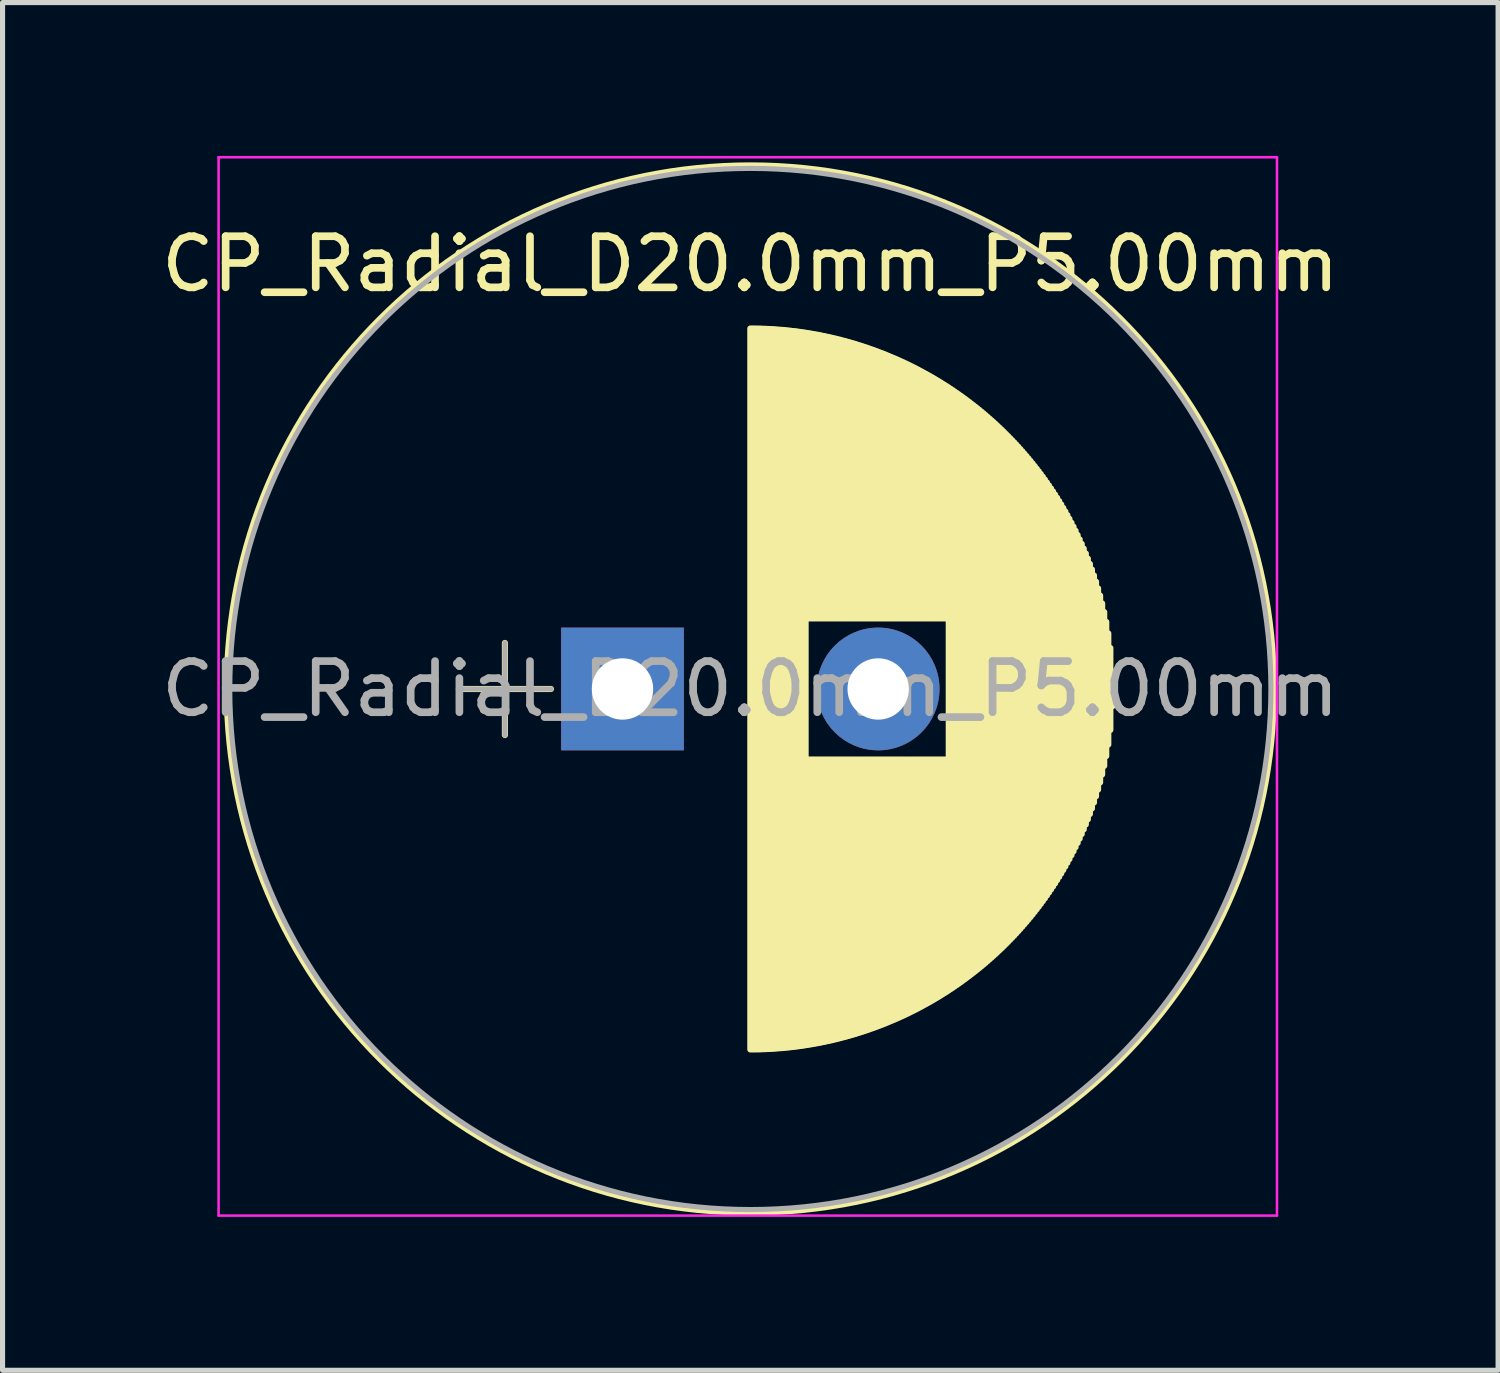
<source format=kicad_pcb>
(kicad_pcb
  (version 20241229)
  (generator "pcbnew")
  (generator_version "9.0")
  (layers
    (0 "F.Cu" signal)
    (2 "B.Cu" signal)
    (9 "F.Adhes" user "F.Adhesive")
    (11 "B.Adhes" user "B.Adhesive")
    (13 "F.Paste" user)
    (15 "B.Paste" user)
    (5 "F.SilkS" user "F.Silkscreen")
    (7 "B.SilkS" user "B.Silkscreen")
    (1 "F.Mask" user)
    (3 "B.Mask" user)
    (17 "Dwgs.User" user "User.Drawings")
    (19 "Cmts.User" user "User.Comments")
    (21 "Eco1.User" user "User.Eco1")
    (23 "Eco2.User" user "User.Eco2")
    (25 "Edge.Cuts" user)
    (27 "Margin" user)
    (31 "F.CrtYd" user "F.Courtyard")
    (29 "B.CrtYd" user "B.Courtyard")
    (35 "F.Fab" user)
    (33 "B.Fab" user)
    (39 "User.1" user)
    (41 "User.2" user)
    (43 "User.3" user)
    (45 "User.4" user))
  (footprint "CP_Radial_D20.0mm_P5.00mm"
    (layer "F.Cu")
    (at 9.125 10.425)
    (property "Reference" "CP_Radial_D20.0mm_P5.00mm" (at 2.5 -8.31 0) (layer "F.SilkS") (effects (font (size 1 1) (thickness 0.15))))
    (attr through_hole)
    (fp_line (start -3.2 0) (end -1.4 0) (stroke (width 0.12) (type solid)) (layer "F.SilkS"))
    (fp_line (start -2.3 -0.9) (end -2.3 0.9) (stroke (width 0.12) (type solid)) (layer "F.SilkS"))
    (fp_line (start 2.5 -7.05) (end 2.5 7.05) (stroke (width 0.12) (type solid)) (layer "F.SilkS"))
    (fp_line (start 2.54 -7.05) (end 2.54 7.05) (stroke (width 0.12) (type solid)) (layer "F.SilkS"))
    (fp_line (start 2.58 -7.05) (end 2.58 7.05) (stroke (width 0.12) (type solid)) (layer "F.SilkS"))
    (fp_line (start 2.62 -7.049) (end 2.62 7.049) (stroke (width 0.12) (type solid)) (layer "F.SilkS"))
    (fp_line (start 2.66 -7.049) (end 2.66 7.049) (stroke (width 0.12) (type solid)) (layer "F.SilkS"))
    (fp_line (start 2.7 -7.048) (end 2.7 7.048) (stroke (width 0.12) (type solid)) (layer "F.SilkS"))
    (fp_line (start 2.74 -7.046) (end 2.74 7.046) (stroke (width 0.12) (type solid)) (layer "F.SilkS"))
    (fp_line (start 2.78 -7.045) (end 2.78 7.045) (stroke (width 0.12) (type solid)) (layer "F.SilkS"))
    (fp_line (start 2.82 -7.043) (end 2.82 7.043) (stroke (width 0.12) (type solid)) (layer "F.SilkS"))
    (fp_line (start 2.86 -7.041) (end 2.86 7.041) (stroke (width 0.12) (type solid)) (layer "F.SilkS"))
    (fp_line (start 2.9 -7.039) (end 2.9 7.039) (stroke (width 0.12) (type solid)) (layer "F.SilkS"))
    (fp_line (start 2.94 -7.037) (end 2.94 7.037) (stroke (width 0.12) (type solid)) (layer "F.SilkS"))
    (fp_line (start 2.98 -7.034) (end 2.98 7.034) (stroke (width 0.12) (type solid)) (layer "F.SilkS"))
    (fp_line (start 3.02 -7.031) (end 3.02 7.031) (stroke (width 0.12) (type solid)) (layer "F.SilkS"))
    (fp_line (start 3.06 -7.028) (end 3.06 7.028) (stroke (width 0.12) (type solid)) (layer "F.SilkS"))
    (fp_line (start 3.1 -7.025) (end 3.1 7.025) (stroke (width 0.12) (type solid)) (layer "F.SilkS"))
    (fp_line (start 3.14 -7.022) (end 3.14 7.022) (stroke (width 0.12) (type solid)) (layer "F.SilkS"))
    (fp_line (start 3.18 -7.018) (end 3.18 7.018) (stroke (width 0.12) (type solid)) (layer "F.SilkS"))
    (fp_line (start 3.221 -7.014) (end 3.221 7.014) (stroke (width 0.12) (type solid)) (layer "F.SilkS"))
    (fp_line (start 3.261 -7.01) (end 3.261 7.01) (stroke (width 0.12) (type solid)) (layer "F.SilkS"))
    (fp_line (start 3.301 -7.005) (end 3.301 7.005) (stroke (width 0.12) (type solid)) (layer "F.SilkS"))
    (fp_line (start 3.341 -7.001) (end 3.341 7.001) (stroke (width 0.12) (type solid)) (layer "F.SilkS"))
    (fp_line (start 3.381 -6.996) (end 3.381 6.996) (stroke (width 0.12) (type solid)) (layer "F.SilkS"))
    (fp_line (start 3.421 -6.991) (end 3.421 6.991) (stroke (width 0.12) (type solid)) (layer "F.SilkS"))
    (fp_line (start 3.461 -6.985) (end 3.461 6.985) (stroke (width 0.12) (type solid)) (layer "F.SilkS"))
    (fp_line (start 3.501 -6.98) (end 3.501 6.98) (stroke (width 0.12) (type solid)) (layer "F.SilkS"))
    (fp_line (start 3.541 -6.974) (end 3.541 6.974) (stroke (width 0.12) (type solid)) (layer "F.SilkS"))
    (fp_line (start 3.581 -6.968) (end 3.581 6.968) (stroke (width 0.12) (type solid)) (layer "F.SilkS"))
    (fp_line (start 3.621 -6.961) (end 3.621 -1.38) (stroke (width 0.12) (type solid)) (layer "F.SilkS"))
    (fp_line (start 3.621 1.38) (end 3.621 6.961) (stroke (width 0.12) (type solid)) (layer "F.SilkS"))
    (fp_line (start 3.661 -6.955) (end 3.661 -1.38) (stroke (width 0.12) (type solid)) (layer "F.SilkS"))
    (fp_line (start 3.661 1.38) (end 3.661 6.955) (stroke (width 0.12) (type solid)) (layer "F.SilkS"))
    (fp_line (start 3.701 -6.948) (end 3.701 -1.38) (stroke (width 0.12) (type solid)) (layer "F.SilkS"))
    (fp_line (start 3.701 1.38) (end 3.701 6.948) (stroke (width 0.12) (type solid)) (layer "F.SilkS"))
    (fp_line (start 3.741 -6.941) (end 3.741 -1.38) (stroke (width 0.12) (type solid)) (layer "F.SilkS"))
    (fp_line (start 3.741 1.38) (end 3.741 6.941) (stroke (width 0.12) (type solid)) (layer "F.SilkS"))
    (fp_line (start 3.781 -6.934) (end 3.781 -1.38) (stroke (width 0.12) (type solid)) (layer "F.SilkS"))
    (fp_line (start 3.781 1.38) (end 3.781 6.934) (stroke (width 0.12) (type solid)) (layer "F.SilkS"))
    (fp_line (start 3.821 -6.927) (end 3.821 -1.38) (stroke (width 0.12) (type solid)) (layer "F.SilkS"))
    (fp_line (start 3.821 1.38) (end 3.821 6.927) (stroke (width 0.12) (type solid)) (layer "F.SilkS"))
    (fp_line (start 3.861 -6.919) (end 3.861 -1.38) (stroke (width 0.12) (type solid)) (layer "F.SilkS"))
    (fp_line (start 3.861 1.38) (end 3.861 6.919) (stroke (width 0.12) (type solid)) (layer "F.SilkS"))
    (fp_line (start 3.901 -6.911) (end 3.901 -1.38) (stroke (width 0.12) (type solid)) (layer "F.SilkS"))
    (fp_line (start 3.901 1.38) (end 3.901 6.911) (stroke (width 0.12) (type solid)) (layer "F.SilkS"))
    (fp_line (start 3.941 -6.903) (end 3.941 -1.38) (stroke (width 0.12) (type solid)) (layer "F.SilkS"))
    (fp_line (start 3.941 1.38) (end 3.941 6.903) (stroke (width 0.12) (type solid)) (layer "F.SilkS"))
    (fp_line (start 3.981 -6.894) (end 3.981 -1.38) (stroke (width 0.12) (type solid)) (layer "F.SilkS"))
    (fp_line (start 3.981 1.38) (end 3.981 6.894) (stroke (width 0.12) (type solid)) (layer "F.SilkS"))
    (fp_line (start 4.021 -6.886) (end 4.021 -1.38) (stroke (width 0.12) (type solid)) (layer "F.SilkS"))
    (fp_line (start 4.021 1.38) (end 4.021 6.886) (stroke (width 0.12) (type solid)) (layer "F.SilkS"))
    (fp_line (start 4.061 -6.877) (end 4.061 -1.38) (stroke (width 0.12) (type solid)) (layer "F.SilkS"))
    (fp_line (start 4.061 1.38) (end 4.061 6.877) (stroke (width 0.12) (type solid)) (layer "F.SilkS"))
    (fp_line (start 4.101 -6.868) (end 4.101 -1.38) (stroke (width 0.12) (type solid)) (layer "F.SilkS"))
    (fp_line (start 4.101 1.38) (end 4.101 6.868) (stroke (width 0.12) (type solid)) (layer "F.SilkS"))
    (fp_line (start 4.141 -6.858) (end 4.141 -1.38) (stroke (width 0.12) (type solid)) (layer "F.SilkS"))
    (fp_line (start 4.141 1.38) (end 4.141 6.858) (stroke (width 0.12) (type solid)) (layer "F.SilkS"))
    (fp_line (start 4.181 -6.849) (end 4.181 -1.38) (stroke (width 0.12) (type solid)) (layer "F.SilkS"))
    (fp_line (start 4.181 1.38) (end 4.181 6.849) (stroke (width 0.12) (type solid)) (layer "F.SilkS"))
    (fp_line (start 4.221 -6.839) (end 4.221 -1.38) (stroke (width 0.12) (type solid)) (layer "F.SilkS"))
    (fp_line (start 4.221 1.38) (end 4.221 6.839) (stroke (width 0.12) (type solid)) (layer "F.SilkS"))
    (fp_line (start 4.261 -6.829) (end 4.261 -1.38) (stroke (width 0.12) (type solid)) (layer "F.SilkS"))
    (fp_line (start 4.261 1.38) (end 4.261 6.829) (stroke (width 0.12) (type solid)) (layer "F.SilkS"))
    (fp_line (start 4.301 -6.818) (end 4.301 -1.38) (stroke (width 0.12) (type solid)) (layer "F.SilkS"))
    (fp_line (start 4.301 1.38) (end 4.301 6.818) (stroke (width 0.12) (type solid)) (layer "F.SilkS"))
    (fp_line (start 4.341 -6.808) (end 4.341 -1.38) (stroke (width 0.12) (type solid)) (layer "F.SilkS"))
    (fp_line (start 4.341 1.38) (end 4.341 6.808) (stroke (width 0.12) (type solid)) (layer "F.SilkS"))
    (fp_line (start 4.381 -6.797) (end 4.381 -1.38) (stroke (width 0.12) (type solid)) (layer "F.SilkS"))
    (fp_line (start 4.381 1.38) (end 4.381 6.797) (stroke (width 0.12) (type solid)) (layer "F.SilkS"))
    (fp_line (start 4.421 -6.786) (end 4.421 -1.38) (stroke (width 0.12) (type solid)) (layer "F.SilkS"))
    (fp_line (start 4.421 1.38) (end 4.421 6.786) (stroke (width 0.12) (type solid)) (layer "F.SilkS"))
    (fp_line (start 4.461 -6.774) (end 4.461 -1.38) (stroke (width 0.12) (type solid)) (layer "F.SilkS"))
    (fp_line (start 4.461 1.38) (end 4.461 6.774) (stroke (width 0.12) (type solid)) (layer "F.SilkS"))
    (fp_line (start 4.501 -6.763) (end 4.501 -1.38) (stroke (width 0.12) (type solid)) (layer "F.SilkS"))
    (fp_line (start 4.501 1.38) (end 4.501 6.763) (stroke (width 0.12) (type solid)) (layer "F.SilkS"))
    (fp_line (start 4.541 -6.751) (end 4.541 -1.38) (stroke (width 0.12) (type solid)) (layer "F.SilkS"))
    (fp_line (start 4.541 1.38) (end 4.541 6.751) (stroke (width 0.12) (type solid)) (layer "F.SilkS"))
    (fp_line (start 4.581 -6.739) (end 4.581 -1.38) (stroke (width 0.12) (type solid)) (layer "F.SilkS"))
    (fp_line (start 4.581 1.38) (end 4.581 6.739) (stroke (width 0.12) (type solid)) (layer "F.SilkS"))
    (fp_line (start 4.621 -6.726) (end 4.621 -1.38) (stroke (width 0.12) (type solid)) (layer "F.SilkS"))
    (fp_line (start 4.621 1.38) (end 4.621 6.726) (stroke (width 0.12) (type solid)) (layer "F.SilkS"))
    (fp_line (start 4.661 -6.713) (end 4.661 -1.38) (stroke (width 0.12) (type solid)) (layer "F.SilkS"))
    (fp_line (start 4.661 1.38) (end 4.661 6.713) (stroke (width 0.12) (type solid)) (layer "F.SilkS"))
    (fp_line (start 4.701 -6.701) (end 4.701 -1.38) (stroke (width 0.12) (type solid)) (layer "F.SilkS"))
    (fp_line (start 4.701 1.38) (end 4.701 6.701) (stroke (width 0.12) (type solid)) (layer "F.SilkS"))
    (fp_line (start 4.741 -6.687) (end 4.741 -1.38) (stroke (width 0.12) (type solid)) (layer "F.SilkS"))
    (fp_line (start 4.741 1.38) (end 4.741 6.687) (stroke (width 0.12) (type solid)) (layer "F.SilkS"))
    (fp_line (start 4.781 -6.674) (end 4.781 -1.38) (stroke (width 0.12) (type solid)) (layer "F.SilkS"))
    (fp_line (start 4.781 1.38) (end 4.781 6.674) (stroke (width 0.12) (type solid)) (layer "F.SilkS"))
    (fp_line (start 4.821 -6.66) (end 4.821 -1.38) (stroke (width 0.12) (type solid)) (layer "F.SilkS"))
    (fp_line (start 4.821 1.38) (end 4.821 6.66) (stroke (width 0.12) (type solid)) (layer "F.SilkS"))
    (fp_line (start 4.861 -6.646) (end 4.861 -1.38) (stroke (width 0.12) (type solid)) (layer "F.SilkS"))
    (fp_line (start 4.861 1.38) (end 4.861 6.646) (stroke (width 0.12) (type solid)) (layer "F.SilkS"))
    (fp_line (start 4.901 -6.632) (end 4.901 -1.38) (stroke (width 0.12) (type solid)) (layer "F.SilkS"))
    (fp_line (start 4.901 1.38) (end 4.901 6.632) (stroke (width 0.12) (type solid)) (layer "F.SilkS"))
    (fp_line (start 4.941 -6.617) (end 4.941 -1.38) (stroke (width 0.12) (type solid)) (layer "F.SilkS"))
    (fp_line (start 4.941 1.38) (end 4.941 6.617) (stroke (width 0.12) (type solid)) (layer "F.SilkS"))
    (fp_line (start 4.981 -6.603) (end 4.981 -1.38) (stroke (width 0.12) (type solid)) (layer "F.SilkS"))
    (fp_line (start 4.981 1.38) (end 4.981 6.603) (stroke (width 0.12) (type solid)) (layer "F.SilkS"))
    (fp_line (start 5.021 -6.588) (end 5.021 -1.38) (stroke (width 0.12) (type solid)) (layer "F.SilkS"))
    (fp_line (start 5.021 1.38) (end 5.021 6.588) (stroke (width 0.12) (type solid)) (layer "F.SilkS"))
    (fp_line (start 5.061 -6.572) (end 5.061 -1.38) (stroke (width 0.12) (type solid)) (layer "F.SilkS"))
    (fp_line (start 5.061 1.38) (end 5.061 6.572) (stroke (width 0.12) (type solid)) (layer "F.SilkS"))
    (fp_line (start 5.101 -6.557) (end 5.101 -1.38) (stroke (width 0.12) (type solid)) (layer "F.SilkS"))
    (fp_line (start 5.101 1.38) (end 5.101 6.557) (stroke (width 0.12) (type solid)) (layer "F.SilkS"))
    (fp_line (start 5.141 -6.541) (end 5.141 -1.38) (stroke (width 0.12) (type solid)) (layer "F.SilkS"))
    (fp_line (start 5.141 1.38) (end 5.141 6.541) (stroke (width 0.12) (type solid)) (layer "F.SilkS"))
    (fp_line (start 5.181 -6.524) (end 5.181 -1.38) (stroke (width 0.12) (type solid)) (layer "F.SilkS"))
    (fp_line (start 5.181 1.38) (end 5.181 6.524) (stroke (width 0.12) (type solid)) (layer "F.SilkS"))
    (fp_line (start 5.221 -6.508) (end 5.221 -1.38) (stroke (width 0.12) (type solid)) (layer "F.SilkS"))
    (fp_line (start 5.221 1.38) (end 5.221 6.508) (stroke (width 0.12) (type solid)) (layer "F.SilkS"))
    (fp_line (start 5.261 -6.491) (end 5.261 -1.38) (stroke (width 0.12) (type solid)) (layer "F.SilkS"))
    (fp_line (start 5.261 1.38) (end 5.261 6.491) (stroke (width 0.12) (type solid)) (layer "F.SilkS"))
    (fp_line (start 5.301 -6.474) (end 5.301 -1.38) (stroke (width 0.12) (type solid)) (layer "F.SilkS"))
    (fp_line (start 5.301 1.38) (end 5.301 6.474) (stroke (width 0.12) (type solid)) (layer "F.SilkS"))
    (fp_line (start 5.341 -6.457) (end 5.341 -1.38) (stroke (width 0.12) (type solid)) (layer "F.SilkS"))
    (fp_line (start 5.341 1.38) (end 5.341 6.457) (stroke (width 0.12) (type solid)) (layer "F.SilkS"))
    (fp_line (start 5.381 -6.439) (end 5.381 -1.38) (stroke (width 0.12) (type solid)) (layer "F.SilkS"))
    (fp_line (start 5.381 1.38) (end 5.381 6.439) (stroke (width 0.12) (type solid)) (layer "F.SilkS"))
    (fp_line (start 5.421 -6.421) (end 5.421 -1.38) (stroke (width 0.12) (type solid)) (layer "F.SilkS"))
    (fp_line (start 5.421 1.38) (end 5.421 6.421) (stroke (width 0.12) (type solid)) (layer "F.SilkS"))
    (fp_line (start 5.461 -6.403) (end 5.461 -1.38) (stroke (width 0.12) (type solid)) (layer "F.SilkS"))
    (fp_line (start 5.461 1.38) (end 5.461 6.403) (stroke (width 0.12) (type solid)) (layer "F.SilkS"))
    (fp_line (start 5.501 -6.385) (end 5.501 -1.38) (stroke (width 0.12) (type solid)) (layer "F.SilkS"))
    (fp_line (start 5.501 1.38) (end 5.501 6.385) (stroke (width 0.12) (type solid)) (layer "F.SilkS"))
    (fp_line (start 5.541 -6.366) (end 5.541 -1.38) (stroke (width 0.12) (type solid)) (layer "F.SilkS"))
    (fp_line (start 5.541 1.38) (end 5.541 6.366) (stroke (width 0.12) (type solid)) (layer "F.SilkS"))
    (fp_line (start 5.581 -6.347) (end 5.581 -1.38) (stroke (width 0.12) (type solid)) (layer "F.SilkS"))
    (fp_line (start 5.581 1.38) (end 5.581 6.347) (stroke (width 0.12) (type solid)) (layer "F.SilkS"))
    (fp_line (start 5.621 -6.327) (end 5.621 -1.38) (stroke (width 0.12) (type solid)) (layer "F.SilkS"))
    (fp_line (start 5.621 1.38) (end 5.621 6.327) (stroke (width 0.12) (type solid)) (layer "F.SilkS"))
    (fp_line (start 5.661 -6.307) (end 5.661 -1.38) (stroke (width 0.12) (type solid)) (layer "F.SilkS"))
    (fp_line (start 5.661 1.38) (end 5.661 6.307) (stroke (width 0.12) (type solid)) (layer "F.SilkS"))
    (fp_line (start 5.701 -6.287) (end 5.701 -1.38) (stroke (width 0.12) (type solid)) (layer "F.SilkS"))
    (fp_line (start 5.701 1.38) (end 5.701 6.287) (stroke (width 0.12) (type solid)) (layer "F.SilkS"))
    (fp_line (start 5.741 -6.267) (end 5.741 -1.38) (stroke (width 0.12) (type solid)) (layer "F.SilkS"))
    (fp_line (start 5.741 1.38) (end 5.741 6.267) (stroke (width 0.12) (type solid)) (layer "F.SilkS"))
    (fp_line (start 5.781 -6.246) (end 5.781 -1.38) (stroke (width 0.12) (type solid)) (layer "F.SilkS"))
    (fp_line (start 5.781 1.38) (end 5.781 6.246) (stroke (width 0.12) (type solid)) (layer "F.SilkS"))
    (fp_line (start 5.821 -6.225) (end 5.821 -1.38) (stroke (width 0.12) (type solid)) (layer "F.SilkS"))
    (fp_line (start 5.821 1.38) (end 5.821 6.225) (stroke (width 0.12) (type solid)) (layer "F.SilkS"))
    (fp_line (start 5.861 -6.204) (end 5.861 -1.38) (stroke (width 0.12) (type solid)) (layer "F.SilkS"))
    (fp_line (start 5.861 1.38) (end 5.861 6.204) (stroke (width 0.12) (type solid)) (layer "F.SilkS"))
    (fp_line (start 5.901 -6.182) (end 5.901 -1.38) (stroke (width 0.12) (type solid)) (layer "F.SilkS"))
    (fp_line (start 5.901 1.38) (end 5.901 6.182) (stroke (width 0.12) (type solid)) (layer "F.SilkS"))
    (fp_line (start 5.941 -6.16) (end 5.941 -1.38) (stroke (width 0.12) (type solid)) (layer "F.SilkS"))
    (fp_line (start 5.941 1.38) (end 5.941 6.16) (stroke (width 0.12) (type solid)) (layer "F.SilkS"))
    (fp_line (start 5.981 -6.138) (end 5.981 -1.38) (stroke (width 0.12) (type solid)) (layer "F.SilkS"))
    (fp_line (start 5.981 1.38) (end 5.981 6.138) (stroke (width 0.12) (type solid)) (layer "F.SilkS"))
    (fp_line (start 6.021 -6.115) (end 6.021 -1.38) (stroke (width 0.12) (type solid)) (layer "F.SilkS"))
    (fp_line (start 6.021 1.38) (end 6.021 6.115) (stroke (width 0.12) (type solid)) (layer "F.SilkS"))
    (fp_line (start 6.061 -6.092) (end 6.061 -1.38) (stroke (width 0.12) (type solid)) (layer "F.SilkS"))
    (fp_line (start 6.061 1.38) (end 6.061 6.092) (stroke (width 0.12) (type solid)) (layer "F.SilkS"))
    (fp_line (start 6.101 -6.069) (end 6.101 -1.38) (stroke (width 0.12) (type solid)) (layer "F.SilkS"))
    (fp_line (start 6.101 1.38) (end 6.101 6.069) (stroke (width 0.12) (type solid)) (layer "F.SilkS"))
    (fp_line (start 6.141 -6.045) (end 6.141 -1.38) (stroke (width 0.12) (type solid)) (layer "F.SilkS"))
    (fp_line (start 6.141 1.38) (end 6.141 6.045) (stroke (width 0.12) (type solid)) (layer "F.SilkS"))
    (fp_line (start 6.181 -6.021) (end 6.181 -1.38) (stroke (width 0.12) (type solid)) (layer "F.SilkS"))
    (fp_line (start 6.181 1.38) (end 6.181 6.021) (stroke (width 0.12) (type solid)) (layer "F.SilkS"))
    (fp_line (start 6.221 -5.996) (end 6.221 -1.38) (stroke (width 0.12) (type solid)) (layer "F.SilkS"))
    (fp_line (start 6.221 1.38) (end 6.221 5.996) (stroke (width 0.12) (type solid)) (layer "F.SilkS"))
    (fp_line (start 6.261 -5.971) (end 6.261 -1.38) (stroke (width 0.12) (type solid)) (layer "F.SilkS"))
    (fp_line (start 6.261 1.38) (end 6.261 5.971) (stroke (width 0.12) (type solid)) (layer "F.SilkS"))
    (fp_line (start 6.301 -5.946) (end 6.301 -1.38) (stroke (width 0.12) (type solid)) (layer "F.SilkS"))
    (fp_line (start 6.301 1.38) (end 6.301 5.946) (stroke (width 0.12) (type solid)) (layer "F.SilkS"))
    (fp_line (start 6.341 -5.921) (end 6.341 -1.38) (stroke (width 0.12) (type solid)) (layer "F.SilkS"))
    (fp_line (start 6.341 1.38) (end 6.341 5.921) (stroke (width 0.12) (type solid)) (layer "F.SilkS"))
    (fp_line (start 6.381 -5.895) (end 6.381 5.895) (stroke (width 0.12) (type solid)) (layer "F.SilkS"))
    (fp_line (start 6.421 -5.868) (end 6.421 5.868) (stroke (width 0.12) (type solid)) (layer "F.SilkS"))
    (fp_line (start 6.461 -5.842) (end 6.461 5.842) (stroke (width 0.12) (type solid)) (layer "F.SilkS"))
    (fp_line (start 6.501 -5.814) (end 6.501 5.814) (stroke (width 0.12) (type solid)) (layer "F.SilkS"))
    (fp_line (start 6.541 -5.787) (end 6.541 5.787) (stroke (width 0.12) (type solid)) (layer "F.SilkS"))
    (fp_line (start 6.581 -5.759) (end 6.581 5.759) (stroke (width 0.12) (type solid)) (layer "F.SilkS"))
    (fp_line (start 6.621 -5.731) (end 6.621 5.731) (stroke (width 0.12) (type solid)) (layer "F.SilkS"))
    (fp_line (start 6.661 -5.702) (end 6.661 5.702) (stroke (width 0.12) (type solid)) (layer "F.SilkS"))
    (fp_line (start 6.701 -5.673) (end 6.701 5.673) (stroke (width 0.12) (type solid)) (layer "F.SilkS"))
    (fp_line (start 6.741 -5.643) (end 6.741 5.643) (stroke (width 0.12) (type solid)) (layer "F.SilkS"))
    (fp_line (start 6.781 -5.613) (end 6.781 5.613) (stroke (width 0.12) (type solid)) (layer "F.SilkS"))
    (fp_line (start 6.821 -5.582) (end 6.821 5.582) (stroke (width 0.12) (type solid)) (layer "F.SilkS"))
    (fp_line (start 6.861 -5.551) (end 6.861 5.551) (stroke (width 0.12) (type solid)) (layer "F.SilkS"))
    (fp_line (start 6.901 -5.52) (end 6.901 5.52) (stroke (width 0.12) (type solid)) (layer "F.SilkS"))
    (fp_line (start 6.941 -5.488) (end 6.941 5.488) (stroke (width 0.12) (type solid)) (layer "F.SilkS"))
    (fp_line (start 6.981 -5.456) (end 6.981 5.456) (stroke (width 0.12) (type solid)) (layer "F.SilkS"))
    (fp_line (start 7.021 -5.423) (end 7.021 5.423) (stroke (width 0.12) (type solid)) (layer "F.SilkS"))
    (fp_line (start 7.061 -5.39) (end 7.061 5.39) (stroke (width 0.12) (type solid)) (layer "F.SilkS"))
    (fp_line (start 7.101 -5.356) (end 7.101 5.356) (stroke (width 0.12) (type solid)) (layer "F.SilkS"))
    (fp_line (start 7.141 -5.321) (end 7.141 5.321) (stroke (width 0.12) (type solid)) (layer "F.SilkS"))
    (fp_line (start 7.181 -5.286) (end 7.181 5.286) (stroke (width 0.12) (type solid)) (layer "F.SilkS"))
    (fp_line (start 7.221 -5.251) (end 7.221 5.251) (stroke (width 0.12) (type solid)) (layer "F.SilkS"))
    (fp_line (start 7.261 -5.215) (end 7.261 5.215) (stroke (width 0.12) (type solid)) (layer "F.SilkS"))
    (fp_line (start 7.301 -5.179) (end 7.301 5.179) (stroke (width 0.12) (type solid)) (layer "F.SilkS"))
    (fp_line (start 7.341 -5.141) (end 7.341 5.141) (stroke (width 0.12) (type solid)) (layer "F.SilkS"))
    (fp_line (start 7.381 -5.104) (end 7.381 5.104) (stroke (width 0.12) (type solid)) (layer "F.SilkS"))
    (fp_line (start 7.421 -5.066) (end 7.421 5.066) (stroke (width 0.12) (type solid)) (layer "F.SilkS"))
    (fp_line (start 7.461 -5.027) (end 7.461 5.027) (stroke (width 0.12) (type solid)) (layer "F.SilkS"))
    (fp_line (start 7.501 -4.987) (end 7.501 4.987) (stroke (width 0.12) (type solid)) (layer "F.SilkS"))
    (fp_line (start 7.541 -4.947) (end 7.541 4.947) (stroke (width 0.12) (type solid)) (layer "F.SilkS"))
    (fp_line (start 7.581 -4.906) (end 7.581 4.906) (stroke (width 0.12) (type solid)) (layer "F.SilkS"))
    (fp_line (start 7.621 -4.865) (end 7.621 4.865) (stroke (width 0.12) (type solid)) (layer "F.SilkS"))
    (fp_line (start 7.661 -4.823) (end 7.661 4.823) (stroke (width 0.12) (type solid)) (layer "F.SilkS"))
    (fp_line (start 7.701 -4.78) (end 7.701 4.78) (stroke (width 0.12) (type solid)) (layer "F.SilkS"))
    (fp_line (start 7.741 -4.737) (end 7.741 4.737) (stroke (width 0.12) (type solid)) (layer "F.SilkS"))
    (fp_line (start 7.781 -4.692) (end 7.781 4.692) (stroke (width 0.12) (type solid)) (layer "F.SilkS"))
    (fp_line (start 7.821 -4.647) (end 7.821 4.647) (stroke (width 0.12) (type solid)) (layer "F.SilkS"))
    (fp_line (start 7.861 -4.601) (end 7.861 4.601) (stroke (width 0.12) (type solid)) (layer "F.SilkS"))
    (fp_line (start 7.901 -4.555) (end 7.901 4.555) (stroke (width 0.12) (type solid)) (layer "F.SilkS"))
    (fp_line (start 7.941 -4.507) (end 7.941 4.507) (stroke (width 0.12) (type solid)) (layer "F.SilkS"))
    (fp_line (start 7.981 -4.459) (end 7.981 4.459) (stroke (width 0.12) (type solid)) (layer "F.SilkS"))
    (fp_line (start 8.021 -4.41) (end 8.021 4.41) (stroke (width 0.12) (type solid)) (layer "F.SilkS"))
    (fp_line (start 8.061 -4.36) (end 8.061 4.36) (stroke (width 0.12) (type solid)) (layer "F.SilkS"))
    (fp_line (start 8.101 -4.309) (end 8.101 4.309) (stroke (width 0.12) (type solid)) (layer "F.SilkS"))
    (fp_line (start 8.141 -4.257) (end 8.141 4.257) (stroke (width 0.12) (type solid)) (layer "F.SilkS"))
    (fp_line (start 8.181 -4.204) (end 8.181 4.204) (stroke (width 0.12) (type solid)) (layer "F.SilkS"))
    (fp_line (start 8.221 -4.15) (end 8.221 4.15) (stroke (width 0.12) (type solid)) (layer "F.SilkS"))
    (fp_line (start 8.261 -4.095) (end 8.261 4.095) (stroke (width 0.12) (type solid)) (layer "F.SilkS"))
    (fp_line (start 8.301 -4.038) (end 8.301 4.038) (stroke (width 0.12) (type solid)) (layer "F.SilkS"))
    (fp_line (start 8.341 -3.981) (end 8.341 3.981) (stroke (width 0.12) (type solid)) (layer "F.SilkS"))
    (fp_line (start 8.381 -3.922) (end 8.381 3.922) (stroke (width 0.12) (type solid)) (layer "F.SilkS"))
    (fp_line (start 8.421 -3.862) (end 8.421 3.862) (stroke (width 0.12) (type solid)) (layer "F.SilkS"))
    (fp_line (start 8.461 -3.801) (end 8.461 3.801) (stroke (width 0.12) (type solid)) (layer "F.SilkS"))
    (fp_line (start 8.501 -3.738) (end 8.501 3.738) (stroke (width 0.12) (type solid)) (layer "F.SilkS"))
    (fp_line (start 8.541 -3.674) (end 8.541 3.674) (stroke (width 0.12) (type solid)) (layer "F.SilkS"))
    (fp_line (start 8.581 -3.608) (end 8.581 3.608) (stroke (width 0.12) (type solid)) (layer "F.SilkS"))
    (fp_line (start 8.621 -3.54) (end 8.621 3.54) (stroke (width 0.12) (type solid)) (layer "F.SilkS"))
    (fp_line (start 8.661 -3.471) (end 8.661 3.471) (stroke (width 0.12) (type solid)) (layer "F.SilkS"))
    (fp_line (start 8.701 -3.4) (end 8.701 3.4) (stroke (width 0.12) (type solid)) (layer "F.SilkS"))
    (fp_line (start 8.741 -3.327) (end 8.741 3.327) (stroke (width 0.12) (type solid)) (layer "F.SilkS"))
    (fp_line (start 8.781 -3.251) (end 8.781 3.251) (stroke (width 0.12) (type solid)) (layer "F.SilkS"))
    (fp_line (start 8.821 -3.174) (end 8.821 3.174) (stroke (width 0.12) (type solid)) (layer "F.SilkS"))
    (fp_line (start 8.861 -3.094) (end 8.861 3.094) (stroke (width 0.12) (type solid)) (layer "F.SilkS"))
    (fp_line (start 8.901 -3.011) (end 8.901 3.011) (stroke (width 0.12) (type solid)) (layer "F.SilkS"))
    (fp_line (start 8.941 -2.926) (end 8.941 2.926) (stroke (width 0.12) (type solid)) (layer "F.SilkS"))
    (fp_line (start 8.981 -2.838) (end 8.981 2.838) (stroke (width 0.12) (type solid)) (layer "F.SilkS"))
    (fp_line (start 9.021 -2.746) (end 9.021 2.746) (stroke (width 0.12) (type solid)) (layer "F.SilkS"))
    (fp_line (start 9.061 -2.65) (end 9.061 2.65) (stroke (width 0.12) (type solid)) (layer "F.SilkS"))
    (fp_line (start 9.101 -2.55) (end 9.101 2.55) (stroke (width 0.12) (type solid)) (layer "F.SilkS"))
    (fp_line (start 9.141 -2.446) (end 9.141 2.446) (stroke (width 0.12) (type solid)) (layer "F.SilkS"))
    (fp_line (start 9.181 -2.337) (end 9.181 2.337) (stroke (width 0.12) (type solid)) (layer "F.SilkS"))
    (fp_line (start 9.221 -2.221) (end 9.221 2.221) (stroke (width 0.12) (type solid)) (layer "F.SilkS"))
    (fp_line (start 9.261 -2.098) (end 9.261 2.098) (stroke (width 0.12) (type solid)) (layer "F.SilkS"))
    (fp_line (start 9.301 -1.968) (end 9.301 1.968) (stroke (width 0.12) (type solid)) (layer "F.SilkS"))
    (fp_line (start 9.341 -1.827) (end 9.341 1.827) (stroke (width 0.12) (type solid)) (layer "F.SilkS"))
    (fp_line (start 9.381 -1.673) (end 9.381 1.673) (stroke (width 0.12) (type solid)) (layer "F.SilkS"))
    (fp_line (start 9.421 -1.504) (end 9.421 1.504) (stroke (width 0.12) (type solid)) (layer "F.SilkS"))
    (fp_line (start 9.461 -1.312) (end 9.461 1.312) (stroke (width 0.12) (type solid)) (layer "F.SilkS"))
    (fp_line (start 9.501 -1.087) (end 9.501 1.087) (stroke (width 0.12) (type solid)) (layer "F.SilkS"))
    (fp_line (start 9.541 -0.801) (end 9.541 0.801) (stroke (width 0.12) (type solid)) (layer "F.SilkS"))
    (fp_line (start 9.581 -0.337) (end 9.581 0.337) (stroke (width 0.12) (type solid)) (layer "F.SilkS"))
    (fp_circle (center 2.5 0) (end 12.7 0.9) (stroke (width 0.12) (type solid)) (fill no) (layer "F.SilkS"))
    (fp_line (start -7.9 -10.4) (end -7.9 10.3) (stroke (width 0.05) (type solid)) (layer "F.CrtYd"))
    (fp_line (start -7.9 10.3) (end 12.8 10.3) (stroke (width 0.05) (type solid)) (layer "F.CrtYd"))
    (fp_line (start 12.8 -10.4) (end -7.9 -10.4) (stroke (width 0.05) (type solid)) (layer "F.CrtYd"))
    (fp_line (start 12.8 10.3) (end 12.8 -10.4) (stroke (width 0.05) (type solid)) (layer "F.CrtYd"))
    (fp_line (start -3.2 0) (end -1.4 0) (stroke (width 0.1) (type solid)) (layer "F.Fab"))
    (fp_line (start -2.3 -0.9) (end -2.3 0.9) (stroke (width 0.1) (type solid)) (layer "F.Fab"))
    (fp_circle (center 2.5 0) (end 12.65 0.8) (stroke (width 0.1) (type solid)) (fill no) (layer "F.Fab"))
    (fp_text user "${REFERENCE}" (at 2.5 0 0) (layer "F.Fab") (effects (font (size 1 1) (thickness 0.15))))
    (pad "1" thru_hole rect (at 0 0) (size 2.4 2.4) (drill 1.2) (layers "*.Cu" "*.Mask"))
    (pad "2" thru_hole circle (at 5 0) (size 2.4 2.4) (drill 1.2) (layers "*.Cu" "*.Mask")))
  (gr_rect
    (start -3 -3)
    (end 26.25 23.75)
    (stroke (width 0.1) (type default))
    (fill no)
    (layer "Edge.Cuts")))
</source>
